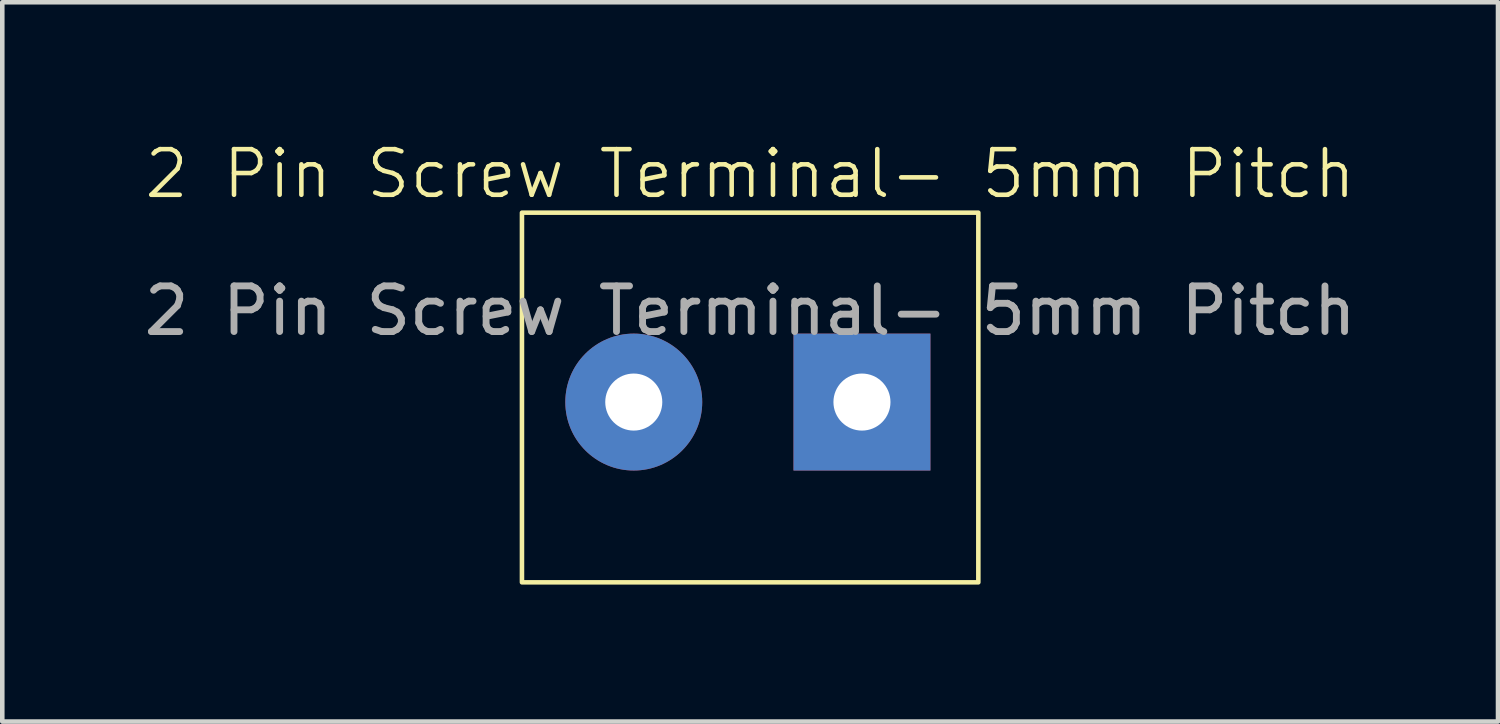
<source format=kicad_pcb>
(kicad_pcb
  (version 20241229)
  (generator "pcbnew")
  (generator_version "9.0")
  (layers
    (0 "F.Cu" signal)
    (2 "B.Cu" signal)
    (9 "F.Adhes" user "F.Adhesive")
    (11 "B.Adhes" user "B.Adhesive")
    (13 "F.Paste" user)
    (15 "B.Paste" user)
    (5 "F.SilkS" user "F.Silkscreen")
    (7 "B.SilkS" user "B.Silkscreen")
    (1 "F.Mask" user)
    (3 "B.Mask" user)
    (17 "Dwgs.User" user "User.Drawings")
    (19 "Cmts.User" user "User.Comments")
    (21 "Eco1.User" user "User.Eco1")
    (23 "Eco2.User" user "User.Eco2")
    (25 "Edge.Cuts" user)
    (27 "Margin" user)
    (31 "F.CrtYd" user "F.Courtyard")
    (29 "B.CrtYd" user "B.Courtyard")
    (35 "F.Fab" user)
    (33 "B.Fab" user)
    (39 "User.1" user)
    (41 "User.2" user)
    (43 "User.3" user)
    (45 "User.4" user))
  (footprint "2 Pin Screw Terminal- 5mm Pitch"
    (layer "F.Cu")
    (at 13.387 1.26)
    (property "Reference" "2 Pin Screw Terminal- 5mm Pitch" (at 0 -0.5 0) (unlocked yes) (layer "F.SilkS") (effects (font (size 1 1) (thickness 0.1))))
    (attr through_hole)
    (fp_rect (start -5 0.35) (end 5 8.45) (stroke (width 0.1) (type default)) (fill no) (layer "F.SilkS"))
    (fp_text user "${REFERENCE}" (at 0 2.5 0) (unlocked yes) (layer "F.Fab") (effects (font (size 1 1) (thickness 0.15))))
    (pad "1" thru_hole circle (at -2.55 4.5) (size 3 3) (drill 1.25) (layers "*.Cu" "*.Mask"))
    (pad "2" thru_hole rect (at 2.45 4.5 90) (size 3 3) (drill 1.25) (layers "*.Cu" "*.Mask")))
  (gr_rect
    (start -3 -3)
    (end 29.774 12.761)
    (stroke (width 0.1) (type default))
    (fill no)
    (layer "Edge.Cuts")))
</source>
